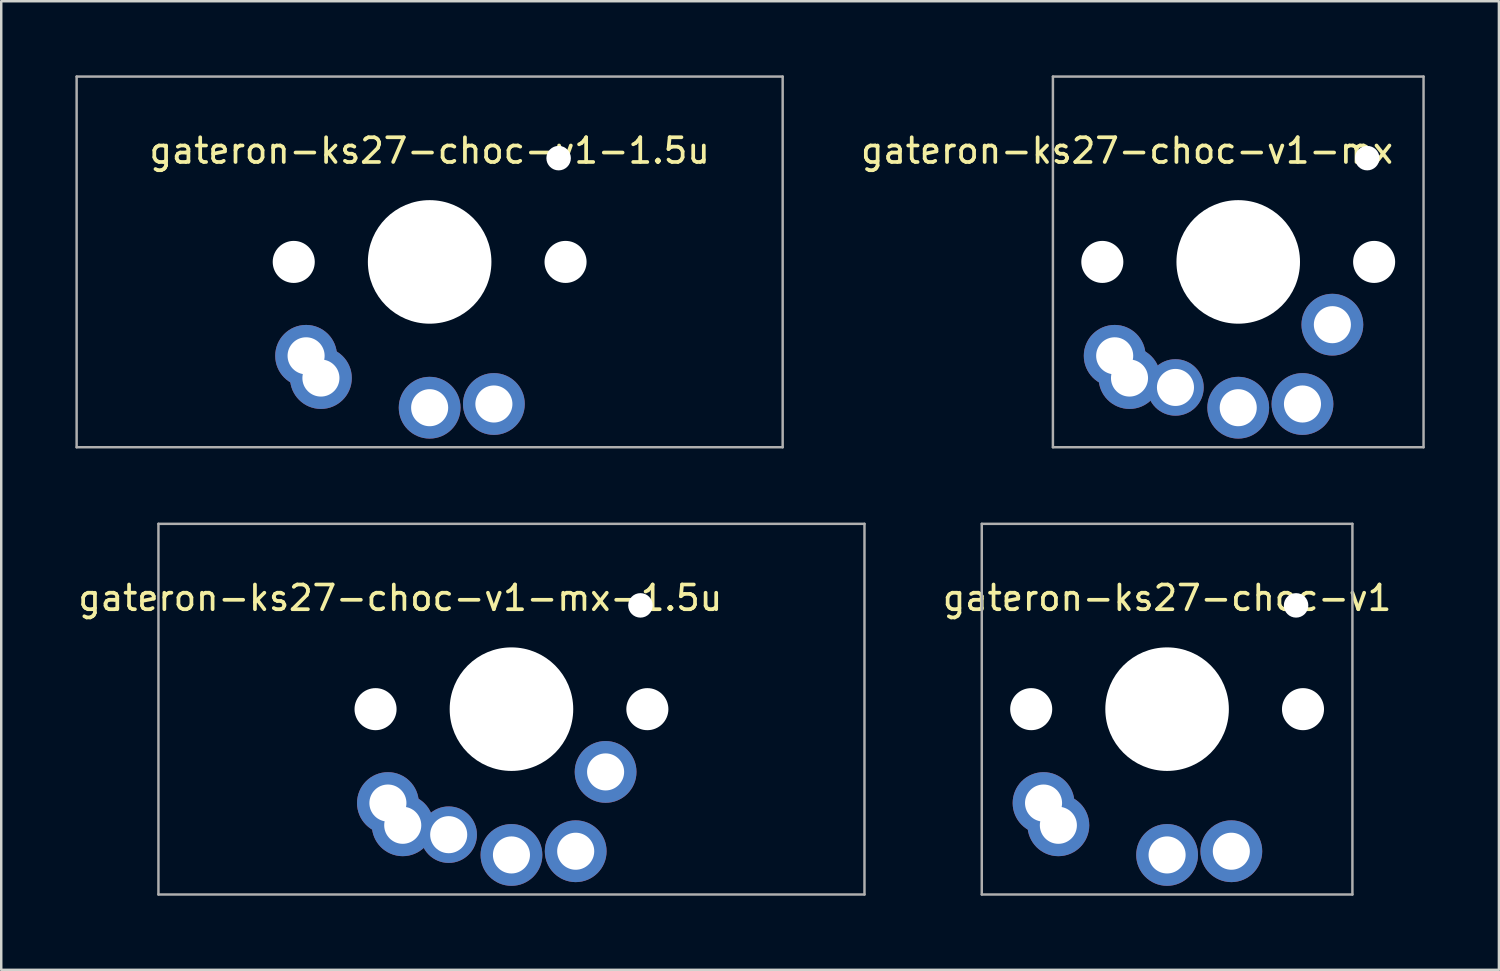
<source format=kicad_pcb>
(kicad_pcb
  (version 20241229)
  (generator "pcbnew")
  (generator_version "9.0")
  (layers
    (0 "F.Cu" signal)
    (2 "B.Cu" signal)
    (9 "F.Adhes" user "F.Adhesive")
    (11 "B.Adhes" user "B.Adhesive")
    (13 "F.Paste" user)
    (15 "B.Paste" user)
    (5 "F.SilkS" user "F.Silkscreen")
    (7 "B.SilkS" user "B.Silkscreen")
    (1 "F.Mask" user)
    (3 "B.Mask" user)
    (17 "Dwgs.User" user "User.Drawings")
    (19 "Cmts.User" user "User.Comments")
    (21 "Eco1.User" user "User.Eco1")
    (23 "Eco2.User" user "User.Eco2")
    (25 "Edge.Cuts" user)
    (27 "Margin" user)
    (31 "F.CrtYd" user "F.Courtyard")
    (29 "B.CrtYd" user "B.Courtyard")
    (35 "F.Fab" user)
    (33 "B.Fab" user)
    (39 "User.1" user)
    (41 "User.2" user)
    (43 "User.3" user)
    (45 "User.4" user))
  (footprint "gateron-ks27-choc-v1-mx"
    (layer "F.Cu")
    (at 47.062 7.55)
    (property "Reference" "gateron-ks27-choc-v1-mx" (at -4.5 -4.5 0) (unlocked yes) (layer "F.SilkS") (effects (font (size 1 1) (thickness 0.15))))
    (attr through_hole)
    (fp_line (start -7 -7) (end -7 7) (stroke (width 0.12) (type solid)) (layer "Eco2.User"))
    (fp_line (start -7 7) (end 7 7) (stroke (width 0.12) (type solid)) (layer "Eco2.User"))
    (fp_line (start -2.5 -6.3) (end -2.5 -3.1) (stroke (width 0.12) (type solid)) (layer "Eco2.User"))
    (fp_line (start 2.5 -6.3) (end -2.5 -6.3) (stroke (width 0.12) (type solid)) (layer "Eco2.User"))
    (fp_line (start 2.5 -6.3) (end 2.5 -3.1) (stroke (width 0.12) (type solid)) (layer "Eco2.User"))
    (fp_line (start 2.5 -3.1) (end -2.5 -3.1) (stroke (width 0.12) (type solid)) (layer "Eco2.User"))
    (fp_line (start 7 -7) (end -7 -7) (stroke (width 0.12) (type solid)) (layer "Eco2.User"))
    (fp_line (start 7 7) (end 7 -7) (stroke (width 0.12) (type solid)) (layer "Eco2.User"))
    (fp_line (start -7.5 -7.5) (end -7.5 7.5) (stroke (width 0.1) (type solid)) (layer "F.Fab"))
    (fp_line (start -7.5 7.5) (end 7.5 7.5) (stroke (width 0.1) (type solid)) (layer "F.Fab"))
    (fp_line (start 7.5 -7.5) (end -7.5 -7.5) (stroke (width 0.1) (type solid)) (layer "F.Fab"))
    (fp_line (start 7.5 7.5) (end 7.5 -7.5) (stroke (width 0.1) (type solid)) (layer "F.Fab"))
    (pad "" np_thru_hole circle (at -5.5 0) (size 1.702 1.702) (drill 1.702) (layers "*.Cu" "*.Mask"))
    (pad "" np_thru_hole circle (at 0 0) (size 5 5) (drill 5) (layers "*.Cu" "*.Mask"))
    (pad "" np_thru_hole circle (at 5.22 -4.2) (size 0.991 0.991) (drill 0.991) (layers "*.Cu" "*.Mask"))
    (pad "" np_thru_hole circle (at 5.5 0) (size 1.702 1.702) (drill 1.702) (layers "*.Cu" "*.Mask"))
    (pad "1" thru_hole circle (at 0 5.9) (size 2.5 2.5) (drill 1.5) (layers "*.Cu" "*.Mask"))
    (pad "1" thru_hole circle (at 2.6 5.75) (size 2.5 2.5) (drill 1.5) (layers "*.Cu" "*.Mask"))
    (pad "1" thru_hole circle (at 3.81 2.54) (size 2.5 2.5) (drill 1.5) (layers "*.Cu" "*.Mask"))
    (pad "2" thru_hole circle (at -5 3.8) (size 2.5 2.5) (drill 1.5) (layers "*.Cu" "*.Mask"))
    (pad "2" thru_hole circle (at -4.4 4.7) (size 2.5 2.5) (drill 1.5) (layers "*.Cu" "*.Mask"))
    (pad "2" thru_hole circle (at -2.54 5.08) (size 2.286 2.286) (drill 1.5) (layers "*.Cu" "*.Mask")))
  (footprint "gateron-ks27-choc-v1"
    (layer "F.Cu")
    (at 44.183 25.65)
    (property "Reference" "gateron-ks27-choc-v1" (at 0 -4.5 0) (unlocked yes) (layer "F.SilkS") (effects (font (size 1 1) (thickness 0.15))))
    (attr through_hole)
    (fp_line (start -7 -7) (end -7 7) (stroke (width 0.12) (type solid)) (layer "Eco2.User"))
    (fp_line (start -7 7) (end 7 7) (stroke (width 0.12) (type solid)) (layer "Eco2.User"))
    (fp_line (start -3.2 -6.3) (end -3.2 -3.1) (stroke (width 0.12) (type solid)) (layer "Eco2.User"))
    (fp_line (start 1.8 -6.3) (end -3.2 -6.3) (stroke (width 0.12) (type solid)) (layer "Eco2.User"))
    (fp_line (start 1.8 -6.3) (end 1.8 -3.1) (stroke (width 0.12) (type solid)) (layer "Eco2.User"))
    (fp_line (start 1.8 -3.1) (end -3.2 -3.1) (stroke (width 0.12) (type solid)) (layer "Eco2.User"))
    (fp_line (start 7 -7) (end -7 -7) (stroke (width 0.12) (type solid)) (layer "Eco2.User"))
    (fp_line (start 7 7) (end 7 -7) (stroke (width 0.12) (type solid)) (layer "Eco2.User"))
    (fp_line (start -7.5 -7.5) (end -7.5 7.5) (stroke (width 0.1) (type solid)) (layer "F.Fab"))
    (fp_line (start -7.5 7.5) (end 7.5 7.5) (stroke (width 0.1) (type solid)) (layer "F.Fab"))
    (fp_line (start 7.5 -7.5) (end -7.5 -7.5) (stroke (width 0.1) (type solid)) (layer "F.Fab"))
    (fp_line (start 7.5 7.5) (end 7.5 -7.5) (stroke (width 0.1) (type solid)) (layer "F.Fab"))
    (pad "" np_thru_hole circle (at -5.5 0) (size 1.702 1.702) (drill 1.702) (layers "*.Cu" "*.Mask"))
    (pad "" np_thru_hole circle (at 0 0) (size 5 5) (drill 5) (layers "*.Cu" "*.Mask"))
    (pad "" np_thru_hole circle (at 5.22 -4.2) (size 0.991 0.991) (drill 0.991) (layers "*.Cu" "*.Mask"))
    (pad "" np_thru_hole circle (at 5.5 0) (size 1.702 1.702) (drill 1.702) (layers "*.Cu" "*.Mask"))
    (pad "1" thru_hole circle (at 0 5.9) (size 2.5 2.5) (drill 1.5) (layers "*.Cu" "*.Mask"))
    (pad "1" thru_hole circle (at 2.6 5.75) (size 2.5 2.5) (drill 1.5) (layers "*.Cu" "*.Mask"))
    (pad "2" thru_hole circle (at -5 3.8) (size 2.5 2.5) (drill 1.5) (layers "*.Cu" "*.Mask"))
    (pad "2" thru_hole circle (at -4.4 4.7) (size 2.5 2.5) (drill 1.5) (layers "*.Cu" "*.Mask")))
  (footprint "gateron-ks27-choc-v1-1.5u"
    (layer "F.Cu")
    (at 14.338 7.55)
    (property "Reference" "gateron-ks27-choc-v1-1.5u" (at 0 -4.5 0) (unlocked yes) (layer "F.SilkS") (effects (font (size 1 1) (thickness 0.15))))
    (attr through_hole)
    (fp_line (start -7 -7) (end -7 7) (stroke (width 0.12) (type solid)) (layer "Eco2.User"))
    (fp_line (start -7 7) (end 7 7) (stroke (width 0.12) (type solid)) (layer "Eco2.User"))
    (fp_line (start -3.2 -6.3) (end -3.2 -3.1) (stroke (width 0.12) (type solid)) (layer "Eco2.User"))
    (fp_line (start 1.8 -6.3) (end -3.2 -6.3) (stroke (width 0.12) (type solid)) (layer "Eco2.User"))
    (fp_line (start 1.8 -6.3) (end 1.8 -3.1) (stroke (width 0.12) (type solid)) (layer "Eco2.User"))
    (fp_line (start 1.8 -3.1) (end -3.2 -3.1) (stroke (width 0.12) (type solid)) (layer "Eco2.User"))
    (fp_line (start 7 -7) (end -7 -7) (stroke (width 0.12) (type solid)) (layer "Eco2.User"))
    (fp_line (start 7 7) (end 7 -7) (stroke (width 0.12) (type solid)) (layer "Eco2.User"))
    (fp_line (start -14.287 -7.5) (end -14.287 7.5) (stroke (width 0.1) (type solid)) (layer "F.Fab"))
    (fp_line (start -14.287 7.5) (end 14.287 7.5) (stroke (width 0.1) (type solid)) (layer "F.Fab"))
    (fp_line (start 14.287 -7.5) (end -14.287 -7.5) (stroke (width 0.1) (type solid)) (layer "F.Fab"))
    (fp_line (start 14.287 7.5) (end 14.287 -7.5) (stroke (width 0.1) (type solid)) (layer "F.Fab"))
    (pad "" np_thru_hole circle (at -5.5 0) (size 1.702 1.702) (drill 1.702) (layers "*.Cu" "*.Mask"))
    (pad "" np_thru_hole circle (at 0 0) (size 5 5) (drill 5) (layers "*.Cu" "*.Mask"))
    (pad "" np_thru_hole circle (at 5.22 -4.2) (size 0.991 0.991) (drill 0.991) (layers "*.Cu" "*.Mask"))
    (pad "" np_thru_hole circle (at 5.5 0) (size 1.702 1.702) (drill 1.702) (layers "*.Cu" "*.Mask"))
    (pad "1" thru_hole circle (at 0 5.9) (size 2.5 2.5) (drill 1.5) (layers "*.Cu" "*.Mask"))
    (pad "1" thru_hole circle (at 2.6 5.75) (size 2.5 2.5) (drill 1.5) (layers "*.Cu" "*.Mask"))
    (pad "2" thru_hole circle (at -5 3.8) (size 2.5 2.5) (drill 1.5) (layers "*.Cu" "*.Mask"))
    (pad "2" thru_hole circle (at -4.4 4.7) (size 2.5 2.5) (drill 1.5) (layers "*.Cu" "*.Mask")))
  (footprint "gateron-ks27-choc-v1-mx-1.5u"
    (layer "F.Cu")
    (at 17.649 25.65)
    (property "Reference" "gateron-ks27-choc-v1-mx-1.5u" (at -4.5 -4.5 0) (unlocked yes) (layer "F.SilkS") (effects (font (size 1 1) (thickness 0.15))))
    (attr through_hole)
    (fp_line (start -7 -7) (end -7 7) (stroke (width 0.12) (type solid)) (layer "Eco2.User"))
    (fp_line (start -7 7) (end 7 7) (stroke (width 0.12) (type solid)) (layer "Eco2.User"))
    (fp_line (start -2.5 -6.3) (end -2.5 -3.1) (stroke (width 0.12) (type solid)) (layer "Eco2.User"))
    (fp_line (start 2.5 -6.3) (end -2.5 -6.3) (stroke (width 0.12) (type solid)) (layer "Eco2.User"))
    (fp_line (start 2.5 -6.3) (end 2.5 -3.1) (stroke (width 0.12) (type solid)) (layer "Eco2.User"))
    (fp_line (start 2.5 -3.1) (end -2.5 -3.1) (stroke (width 0.12) (type solid)) (layer "Eco2.User"))
    (fp_line (start 7 -7) (end -7 -7) (stroke (width 0.12) (type solid)) (layer "Eco2.User"))
    (fp_line (start 7 7) (end 7 -7) (stroke (width 0.12) (type solid)) (layer "Eco2.User"))
    (fp_line (start -14.287 -7.5) (end -14.287 7.5) (stroke (width 0.1) (type solid)) (layer "F.Fab"))
    (fp_line (start -14.287 7.5) (end 14.287 7.5) (stroke (width 0.1) (type solid)) (layer "F.Fab"))
    (fp_line (start 14.287 -7.5) (end -14.287 -7.5) (stroke (width 0.1) (type solid)) (layer "F.Fab"))
    (fp_line (start 14.287 7.5) (end 14.287 -7.5) (stroke (width 0.1) (type solid)) (layer "F.Fab"))
    (pad "" np_thru_hole circle (at -5.5 0) (size 1.702 1.702) (drill 1.702) (layers "*.Cu" "*.Mask"))
    (pad "" np_thru_hole circle (at 0 0) (size 5 5) (drill 5) (layers "*.Cu" "*.Mask"))
    (pad "" np_thru_hole circle (at 5.22 -4.2) (size 0.991 0.991) (drill 0.991) (layers "*.Cu" "*.Mask"))
    (pad "" np_thru_hole circle (at 5.5 0) (size 1.702 1.702) (drill 1.702) (layers "*.Cu" "*.Mask"))
    (pad "1" thru_hole circle (at 0 5.9) (size 2.5 2.5) (drill 1.5) (layers "*.Cu" "*.Mask"))
    (pad "1" thru_hole circle (at 2.6 5.75) (size 2.5 2.5) (drill 1.5) (layers "*.Cu" "*.Mask"))
    (pad "1" thru_hole circle (at 3.81 2.54) (size 2.5 2.5) (drill 1.5) (layers "*.Cu" "*.Mask"))
    (pad "2" thru_hole circle (at -5 3.8) (size 2.5 2.5) (drill 1.5) (layers "*.Cu" "*.Mask"))
    (pad "2" thru_hole circle (at -4.4 4.7) (size 2.5 2.5) (drill 1.5) (layers "*.Cu" "*.Mask"))
    (pad "2" thru_hole circle (at -2.54 5.08) (size 2.286 2.286) (drill 1.5) (layers "*.Cu" "*.Mask")))
  (gr_rect
    (start -3 -3)
    (end 57.612 36.2)
    (stroke (width 0.1) (type default))
    (fill no)
    (layer "Edge.Cuts")))
</source>
